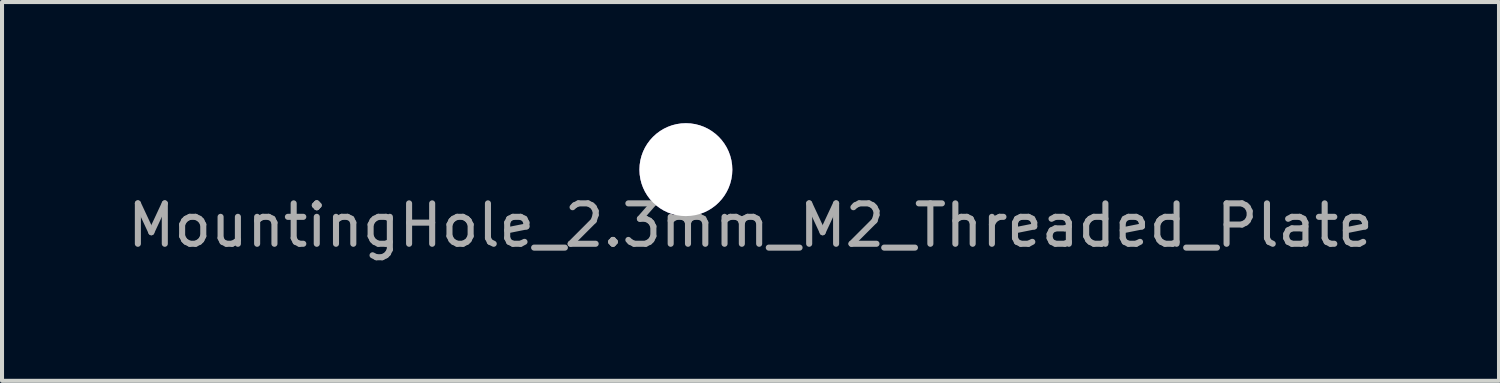
<source format=kicad_pcb>
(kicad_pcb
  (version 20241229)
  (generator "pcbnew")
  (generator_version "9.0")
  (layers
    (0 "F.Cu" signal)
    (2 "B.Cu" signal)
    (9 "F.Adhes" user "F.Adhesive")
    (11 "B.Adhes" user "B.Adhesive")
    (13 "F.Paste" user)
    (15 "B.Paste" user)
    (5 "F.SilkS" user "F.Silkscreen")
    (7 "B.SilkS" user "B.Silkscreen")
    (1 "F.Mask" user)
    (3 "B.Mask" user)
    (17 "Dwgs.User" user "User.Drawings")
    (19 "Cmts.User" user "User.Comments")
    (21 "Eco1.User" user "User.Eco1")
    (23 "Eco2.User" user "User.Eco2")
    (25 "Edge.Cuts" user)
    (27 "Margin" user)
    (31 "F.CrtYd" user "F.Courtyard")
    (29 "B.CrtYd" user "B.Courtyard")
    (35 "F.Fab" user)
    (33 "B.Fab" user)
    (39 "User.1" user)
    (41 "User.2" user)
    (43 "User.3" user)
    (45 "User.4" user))
  (footprint "MountingHole_2.3mm_M2_Threaded_Plate"
    (layer "F.Cu")
    (at 13.93 1.15)
    (property "Reference" "MountingHole_2.3mm_M2_Threaded_Plate" (at 1.6 1.38 0) (layer "F.Fab") (effects (font (size 1 1) (thickness 0.15))))
    (attr exclude_from_pos_files exclude_from_bom)
    (pad "" thru_hole circle (at 0 0) (size 2.3 2.3) (drill 2.3) (layers "*.Cu" "*.Mask")))
  (gr_rect
    (start -3 -3)
    (end 34.06 6.378)
    (stroke (width 0.1) (type default))
    (fill no)
    (layer "Edge.Cuts")))
</source>
